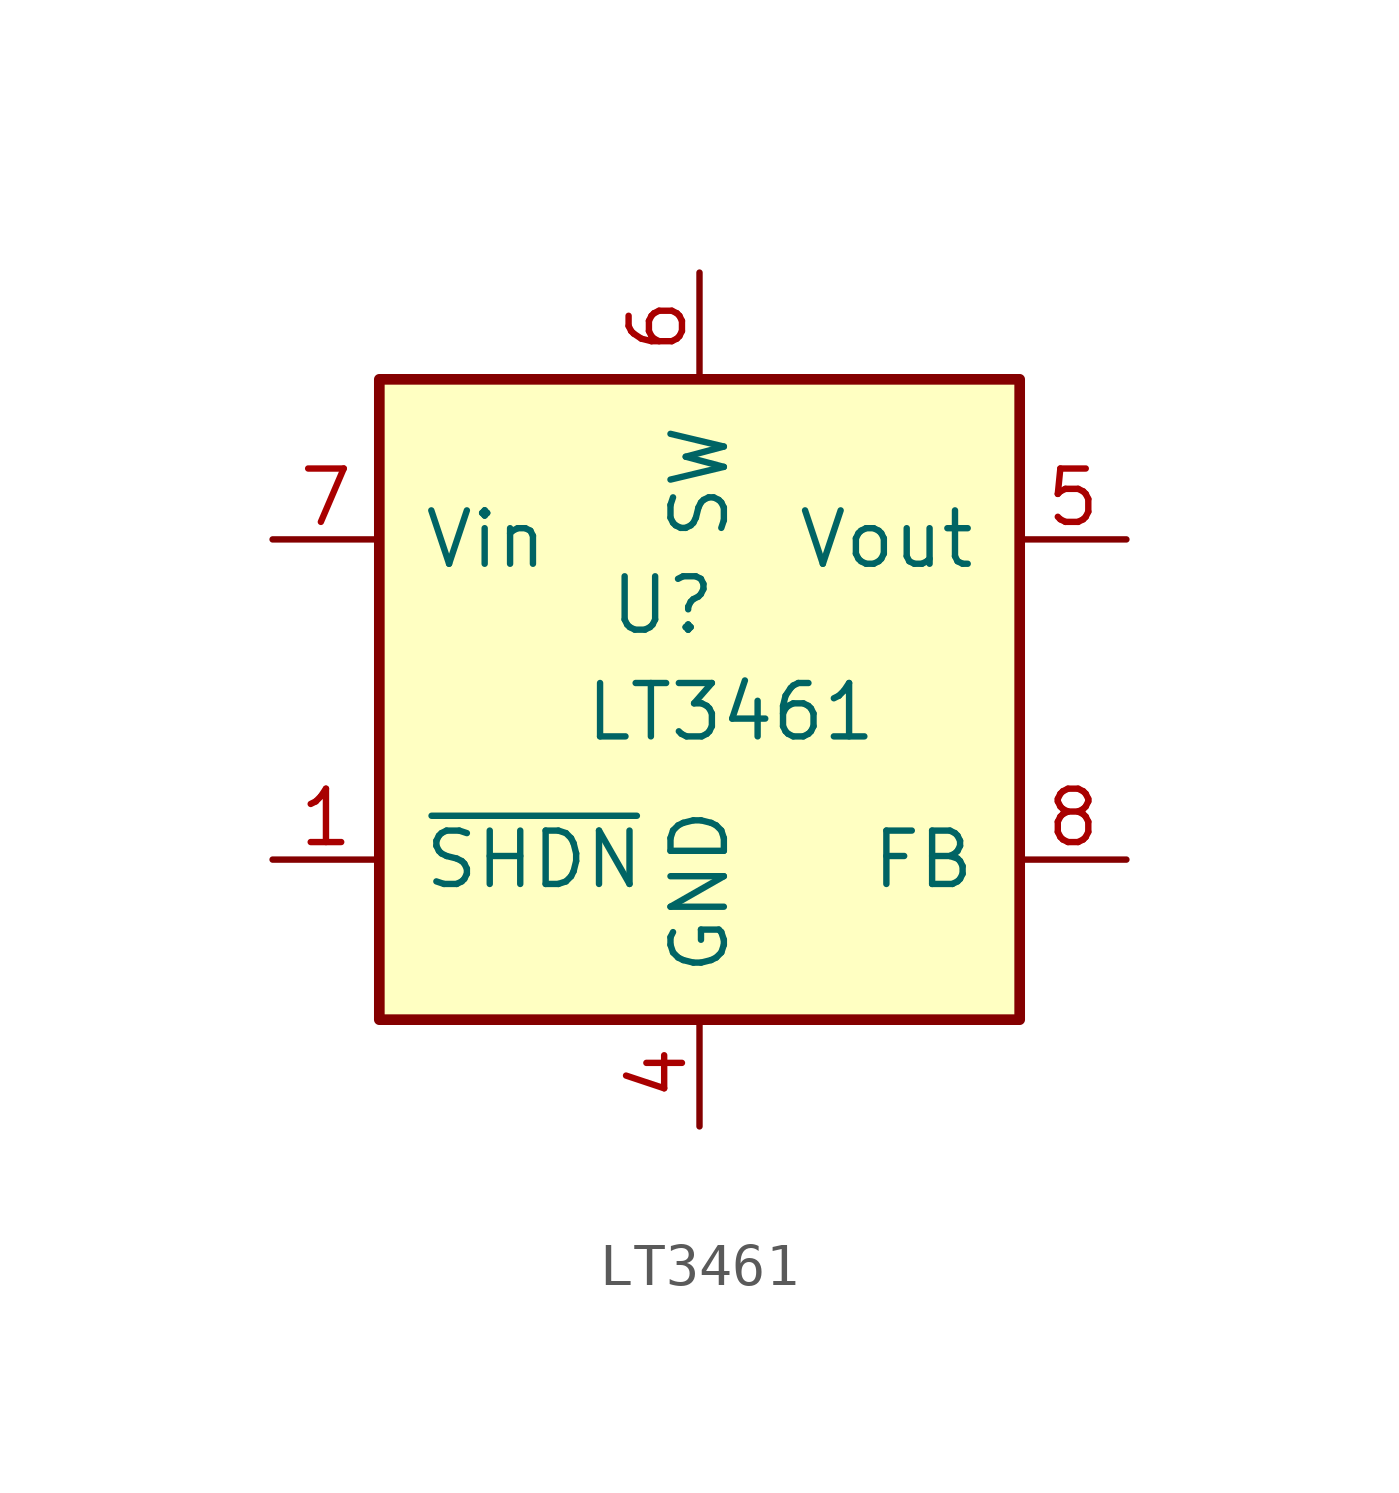
<source format=kicad_sym>
(kicad_symbol_lib
  (version 20211014)
  (generator kicad_symbol_editor)
  (symbol "LT3461"
    (pin_names
      (offset 1.016))
    (property "Reference" "U"
      (at -2.184 1.499 0)
      (effects (font (size 1.27 1.27)) (justify left bottom)))
    (property "Value" "LT3461"
      (at -2.769 -1.041 0)
      (effects (font (size 1.27 1.27)) (justify left bottom)))
    (property "ki_locked" ""
      (at 0 0 0)
      (effects (font (size 1.27 1.27))))
    (symbol "LT3461_1_1"
      (rectangle (start -7.62 -7.62) (end 7.62 7.62) (stroke (width 0.254) (type default) (color 0 0 0 0)) (fill (type background)))
      (pin input line (at -10.16 -3.81 0) (length 2.54) (name "~{SHDN}" (effects (font (size 1.27 1.27)))) (number "1" (effects (font (size 1.27 1.27)))))
      (pin power_in line (at 0 -10.16 90) (length 2.54) (name "GND" (effects (font (size 1.27 1.27)))) (number "4" (effects (font (size 1.27 1.27)))))
      (pin power_out line (at 10.16 3.81 180) (length 2.54) (name "Vout" (effects (font (size 1.27 1.27)))) (number "5" (effects (font (size 1.27 1.27)))))
      (pin open_collector line (at 0 10.16 270) (length 2.54) (name "SW" (effects (font (size 1.27 1.27)))) (number "6" (effects (font (size 1.27 1.27)))))
      (pin power_in line (at -10.16 3.81 0) (length 2.54) (name "Vin" (effects (font (size 1.27 1.27)))) (number "7" (effects (font (size 1.27 1.27)))))
      (pin input line (at 10.16 -3.81 180) (length 2.54) (name "FB" (effects (font (size 1.27 1.27)))) (number "8" (effects (font (size 1.27 1.27))))))))
</source>
